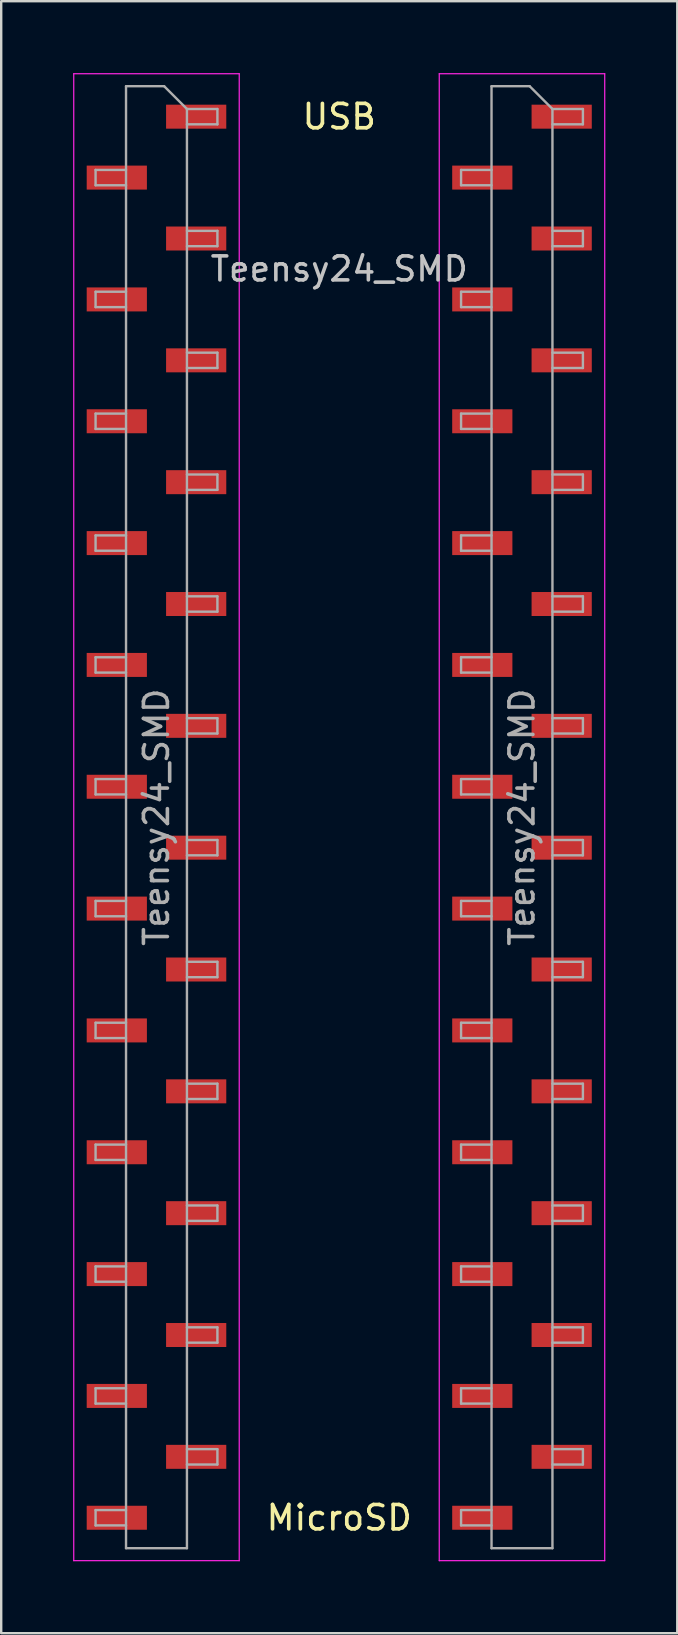
<source format=kicad_pcb>
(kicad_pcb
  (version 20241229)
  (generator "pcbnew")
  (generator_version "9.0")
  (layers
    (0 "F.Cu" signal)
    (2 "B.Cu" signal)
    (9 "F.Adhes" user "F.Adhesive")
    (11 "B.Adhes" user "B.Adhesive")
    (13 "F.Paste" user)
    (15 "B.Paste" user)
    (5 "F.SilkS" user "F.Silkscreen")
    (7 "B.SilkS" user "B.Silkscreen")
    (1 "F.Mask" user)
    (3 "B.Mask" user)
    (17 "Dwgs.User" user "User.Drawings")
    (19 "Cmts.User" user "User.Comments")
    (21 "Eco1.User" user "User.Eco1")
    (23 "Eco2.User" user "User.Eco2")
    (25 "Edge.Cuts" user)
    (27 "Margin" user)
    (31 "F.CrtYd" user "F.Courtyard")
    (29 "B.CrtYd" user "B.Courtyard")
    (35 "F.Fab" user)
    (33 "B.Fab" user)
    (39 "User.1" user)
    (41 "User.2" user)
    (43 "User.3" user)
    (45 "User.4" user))
  (footprint "Teensy24_SMD"
    (layer "F.Cu")
    (at 3.475 1.815)
    (property "Reference" "Teensy24_SMD" (at 7.62 6.35 0) (layer "Dwgs.User") (effects (font (size 1 1) (thickness 0.15))))
    (attr smd)
    (fp_line (start -3.45 -1.79) (end -3.45 60.21) (stroke (width 0.05) (type solid)) (layer "F.CrtYd"))
    (fp_line (start -3.45 60.21) (end 3.45 60.21) (stroke (width 0.05) (type solid)) (layer "F.CrtYd"))
    (fp_line (start 3.45 -1.79) (end -3.45 -1.79) (stroke (width 0.05) (type solid)) (layer "F.CrtYd"))
    (fp_line (start 3.45 60.21) (end 3.45 -1.79) (stroke (width 0.05) (type solid)) (layer "F.CrtYd"))
    (fp_line (start 11.79 -1.79) (end 11.79 60.21) (stroke (width 0.05) (type solid)) (layer "F.CrtYd"))
    (fp_line (start 11.79 60.21) (end 18.69 60.21) (stroke (width 0.05) (type solid)) (layer "F.CrtYd"))
    (fp_line (start 18.69 -1.79) (end 11.79 -1.79) (stroke (width 0.05) (type solid)) (layer "F.CrtYd"))
    (fp_line (start 18.69 60.21) (end 18.69 -1.79) (stroke (width 0.05) (type solid)) (layer "F.CrtYd"))
    (fp_line (start -2.54 2.22) (end -2.54 2.86) (stroke (width 0.1) (type solid)) (layer "F.Fab"))
    (fp_line (start -2.54 2.86) (end -1.27 2.86) (stroke (width 0.1) (type solid)) (layer "F.Fab"))
    (fp_line (start -2.54 7.3) (end -2.54 7.94) (stroke (width 0.1) (type solid)) (layer "F.Fab"))
    (fp_line (start -2.54 7.94) (end -1.27 7.94) (stroke (width 0.1) (type solid)) (layer "F.Fab"))
    (fp_line (start -2.54 12.38) (end -2.54 13.02) (stroke (width 0.1) (type solid)) (layer "F.Fab"))
    (fp_line (start -2.54 13.02) (end -1.27 13.02) (stroke (width 0.1) (type solid)) (layer "F.Fab"))
    (fp_line (start -2.54 17.46) (end -2.54 18.1) (stroke (width 0.1) (type solid)) (layer "F.Fab"))
    (fp_line (start -2.54 18.1) (end -1.27 18.1) (stroke (width 0.1) (type solid)) (layer "F.Fab"))
    (fp_line (start -2.54 22.54) (end -2.54 23.18) (stroke (width 0.1) (type solid)) (layer "F.Fab"))
    (fp_line (start -2.54 23.18) (end -1.27 23.18) (stroke (width 0.1) (type solid)) (layer "F.Fab"))
    (fp_line (start -2.54 27.62) (end -2.54 28.26) (stroke (width 0.1) (type solid)) (layer "F.Fab"))
    (fp_line (start -2.54 28.26) (end -1.27 28.26) (stroke (width 0.1) (type solid)) (layer "F.Fab"))
    (fp_line (start -2.54 32.7) (end -2.54 33.34) (stroke (width 0.1) (type solid)) (layer "F.Fab"))
    (fp_line (start -2.54 33.34) (end -1.27 33.34) (stroke (width 0.1) (type solid)) (layer "F.Fab"))
    (fp_line (start -2.54 37.78) (end -2.54 38.42) (stroke (width 0.1) (type solid)) (layer "F.Fab"))
    (fp_line (start -2.54 38.42) (end -1.27 38.42) (stroke (width 0.1) (type solid)) (layer "F.Fab"))
    (fp_line (start -2.54 42.86) (end -2.54 43.5) (stroke (width 0.1) (type solid)) (layer "F.Fab"))
    (fp_line (start -2.54 43.5) (end -1.27 43.5) (stroke (width 0.1) (type solid)) (layer "F.Fab"))
    (fp_line (start -2.54 47.94) (end -2.54 48.58) (stroke (width 0.1) (type solid)) (layer "F.Fab"))
    (fp_line (start -2.54 48.58) (end -1.27 48.58) (stroke (width 0.1) (type solid)) (layer "F.Fab"))
    (fp_line (start -2.54 53.02) (end -2.54 53.66) (stroke (width 0.1) (type solid)) (layer "F.Fab"))
    (fp_line (start -2.54 53.66) (end -1.27 53.66) (stroke (width 0.1) (type solid)) (layer "F.Fab"))
    (fp_line (start -2.54 58.1) (end -2.54 58.74) (stroke (width 0.1) (type solid)) (layer "F.Fab"))
    (fp_line (start -2.54 58.74) (end -1.27 58.74) (stroke (width 0.1) (type solid)) (layer "F.Fab"))
    (fp_line (start -1.27 -1.27) (end -1.27 59.69) (stroke (width 0.1) (type solid)) (layer "F.Fab"))
    (fp_line (start -1.27 -1.27) (end 0.32 -1.27) (stroke (width 0.1) (type solid)) (layer "F.Fab"))
    (fp_line (start -1.27 2.22) (end -2.54 2.22) (stroke (width 0.1) (type solid)) (layer "F.Fab"))
    (fp_line (start -1.27 7.3) (end -2.54 7.3) (stroke (width 0.1) (type solid)) (layer "F.Fab"))
    (fp_line (start -1.27 12.38) (end -2.54 12.38) (stroke (width 0.1) (type solid)) (layer "F.Fab"))
    (fp_line (start -1.27 17.46) (end -2.54 17.46) (stroke (width 0.1) (type solid)) (layer "F.Fab"))
    (fp_line (start -1.27 22.54) (end -2.54 22.54) (stroke (width 0.1) (type solid)) (layer "F.Fab"))
    (fp_line (start -1.27 27.62) (end -2.54 27.62) (stroke (width 0.1) (type solid)) (layer "F.Fab"))
    (fp_line (start -1.27 32.7) (end -2.54 32.7) (stroke (width 0.1) (type solid)) (layer "F.Fab"))
    (fp_line (start -1.27 37.78) (end -2.54 37.78) (stroke (width 0.1) (type solid)) (layer "F.Fab"))
    (fp_line (start -1.27 42.86) (end -2.54 42.86) (stroke (width 0.1) (type solid)) (layer "F.Fab"))
    (fp_line (start -1.27 47.94) (end -2.54 47.94) (stroke (width 0.1) (type solid)) (layer "F.Fab"))
    (fp_line (start -1.27 53.02) (end -2.54 53.02) (stroke (width 0.1) (type solid)) (layer "F.Fab"))
    (fp_line (start -1.27 58.1) (end -2.54 58.1) (stroke (width 0.1) (type solid)) (layer "F.Fab"))
    (fp_line (start 1.27 -0.32) (end 0.32 -1.27) (stroke (width 0.1) (type solid)) (layer "F.Fab"))
    (fp_line (start 1.27 -0.32) (end 2.54 -0.32) (stroke (width 0.1) (type solid)) (layer "F.Fab"))
    (fp_line (start 1.27 4.76) (end 2.54 4.76) (stroke (width 0.1) (type solid)) (layer "F.Fab"))
    (fp_line (start 1.27 9.84) (end 2.54 9.84) (stroke (width 0.1) (type solid)) (layer "F.Fab"))
    (fp_line (start 1.27 14.92) (end 2.54 14.92) (stroke (width 0.1) (type solid)) (layer "F.Fab"))
    (fp_line (start 1.27 20) (end 2.54 20) (stroke (width 0.1) (type solid)) (layer "F.Fab"))
    (fp_line (start 1.27 25.08) (end 2.54 25.08) (stroke (width 0.1) (type solid)) (layer "F.Fab"))
    (fp_line (start 1.27 30.16) (end 2.54 30.16) (stroke (width 0.1) (type solid)) (layer "F.Fab"))
    (fp_line (start 1.27 35.24) (end 2.54 35.24) (stroke (width 0.1) (type solid)) (layer "F.Fab"))
    (fp_line (start 1.27 40.32) (end 2.54 40.32) (stroke (width 0.1) (type solid)) (layer "F.Fab"))
    (fp_line (start 1.27 45.4) (end 2.54 45.4) (stroke (width 0.1) (type solid)) (layer "F.Fab"))
    (fp_line (start 1.27 50.48) (end 2.54 50.48) (stroke (width 0.1) (type solid)) (layer "F.Fab"))
    (fp_line (start 1.27 55.56) (end 2.54 55.56) (stroke (width 0.1) (type solid)) (layer "F.Fab"))
    (fp_line (start 1.27 59.69) (end -1.27 59.69) (stroke (width 0.1) (type solid)) (layer "F.Fab"))
    (fp_line (start 1.27 59.69) (end 1.27 -0.32) (stroke (width 0.1) (type solid)) (layer "F.Fab"))
    (fp_line (start 2.54 -0.32) (end 2.54 0.32) (stroke (width 0.1) (type solid)) (layer "F.Fab"))
    (fp_line (start 2.54 0.32) (end 1.27 0.32) (stroke (width 0.1) (type solid)) (layer "F.Fab"))
    (fp_line (start 2.54 4.76) (end 2.54 5.4) (stroke (width 0.1) (type solid)) (layer "F.Fab"))
    (fp_line (start 2.54 5.4) (end 1.27 5.4) (stroke (width 0.1) (type solid)) (layer "F.Fab"))
    (fp_line (start 2.54 9.84) (end 2.54 10.48) (stroke (width 0.1) (type solid)) (layer "F.Fab"))
    (fp_line (start 2.54 10.48) (end 1.27 10.48) (stroke (width 0.1) (type solid)) (layer "F.Fab"))
    (fp_line (start 2.54 14.92) (end 2.54 15.56) (stroke (width 0.1) (type solid)) (layer "F.Fab"))
    (fp_line (start 2.54 15.56) (end 1.27 15.56) (stroke (width 0.1) (type solid)) (layer "F.Fab"))
    (fp_line (start 2.54 20) (end 2.54 20.64) (stroke (width 0.1) (type solid)) (layer "F.Fab"))
    (fp_line (start 2.54 20.64) (end 1.27 20.64) (stroke (width 0.1) (type solid)) (layer "F.Fab"))
    (fp_line (start 2.54 25.08) (end 2.54 25.72) (stroke (width 0.1) (type solid)) (layer "F.Fab"))
    (fp_line (start 2.54 25.72) (end 1.27 25.72) (stroke (width 0.1) (type solid)) (layer "F.Fab"))
    (fp_line (start 2.54 30.16) (end 2.54 30.8) (stroke (width 0.1) (type solid)) (layer "F.Fab"))
    (fp_line (start 2.54 30.8) (end 1.27 30.8) (stroke (width 0.1) (type solid)) (layer "F.Fab"))
    (fp_line (start 2.54 35.24) (end 2.54 35.88) (stroke (width 0.1) (type solid)) (layer "F.Fab"))
    (fp_line (start 2.54 35.88) (end 1.27 35.88) (stroke (width 0.1) (type solid)) (layer "F.Fab"))
    (fp_line (start 2.54 40.32) (end 2.54 40.96) (stroke (width 0.1) (type solid)) (layer "F.Fab"))
    (fp_line (start 2.54 40.96) (end 1.27 40.96) (stroke (width 0.1) (type solid)) (layer "F.Fab"))
    (fp_line (start 2.54 45.4) (end 2.54 46.04) (stroke (width 0.1) (type solid)) (layer "F.Fab"))
    (fp_line (start 2.54 46.04) (end 1.27 46.04) (stroke (width 0.1) (type solid)) (layer "F.Fab"))
    (fp_line (start 2.54 50.48) (end 2.54 51.12) (stroke (width 0.1) (type solid)) (layer "F.Fab"))
    (fp_line (start 2.54 51.12) (end 1.27 51.12) (stroke (width 0.1) (type solid)) (layer "F.Fab"))
    (fp_line (start 2.54 55.56) (end 2.54 56.2) (stroke (width 0.1) (type solid)) (layer "F.Fab"))
    (fp_line (start 2.54 56.2) (end 1.27 56.2) (stroke (width 0.1) (type solid)) (layer "F.Fab"))
    (fp_line (start 12.7 2.22) (end 12.7 2.86) (stroke (width 0.1) (type solid)) (layer "F.Fab"))
    (fp_line (start 12.7 2.86) (end 13.97 2.86) (stroke (width 0.1) (type solid)) (layer "F.Fab"))
    (fp_line (start 12.7 7.3) (end 12.7 7.94) (stroke (width 0.1) (type solid)) (layer "F.Fab"))
    (fp_line (start 12.7 7.94) (end 13.97 7.94) (stroke (width 0.1) (type solid)) (layer "F.Fab"))
    (fp_line (start 12.7 12.38) (end 12.7 13.02) (stroke (width 0.1) (type solid)) (layer "F.Fab"))
    (fp_line (start 12.7 13.02) (end 13.97 13.02) (stroke (width 0.1) (type solid)) (layer "F.Fab"))
    (fp_line (start 12.7 17.46) (end 12.7 18.1) (stroke (width 0.1) (type solid)) (layer "F.Fab"))
    (fp_line (start 12.7 18.1) (end 13.97 18.1) (stroke (width 0.1) (type solid)) (layer "F.Fab"))
    (fp_line (start 12.7 22.54) (end 12.7 23.18) (stroke (width 0.1) (type solid)) (layer "F.Fab"))
    (fp_line (start 12.7 23.18) (end 13.97 23.18) (stroke (width 0.1) (type solid)) (layer "F.Fab"))
    (fp_line (start 12.7 27.62) (end 12.7 28.26) (stroke (width 0.1) (type solid)) (layer "F.Fab"))
    (fp_line (start 12.7 28.26) (end 13.97 28.26) (stroke (width 0.1) (type solid)) (layer "F.Fab"))
    (fp_line (start 12.7 32.7) (end 12.7 33.34) (stroke (width 0.1) (type solid)) (layer "F.Fab"))
    (fp_line (start 12.7 33.34) (end 13.97 33.34) (stroke (width 0.1) (type solid)) (layer "F.Fab"))
    (fp_line (start 12.7 37.78) (end 12.7 38.42) (stroke (width 0.1) (type solid)) (layer "F.Fab"))
    (fp_line (start 12.7 38.42) (end 13.97 38.42) (stroke (width 0.1) (type solid)) (layer "F.Fab"))
    (fp_line (start 12.7 42.86) (end 12.7 43.5) (stroke (width 0.1) (type solid)) (layer "F.Fab"))
    (fp_line (start 12.7 43.5) (end 13.97 43.5) (stroke (width 0.1) (type solid)) (layer "F.Fab"))
    (fp_line (start 12.7 47.94) (end 12.7 48.58) (stroke (width 0.1) (type solid)) (layer "F.Fab"))
    (fp_line (start 12.7 48.58) (end 13.97 48.58) (stroke (width 0.1) (type solid)) (layer "F.Fab"))
    (fp_line (start 12.7 53.02) (end 12.7 53.66) (stroke (width 0.1) (type solid)) (layer "F.Fab"))
    (fp_line (start 12.7 53.66) (end 13.97 53.66) (stroke (width 0.1) (type solid)) (layer "F.Fab"))
    (fp_line (start 12.7 58.1) (end 12.7 58.74) (stroke (width 0.1) (type solid)) (layer "F.Fab"))
    (fp_line (start 12.7 58.74) (end 13.97 58.74) (stroke (width 0.1) (type solid)) (layer "F.Fab"))
    (fp_line (start 13.97 -1.27) (end 13.97 59.69) (stroke (width 0.1) (type solid)) (layer "F.Fab"))
    (fp_line (start 13.97 -1.27) (end 15.56 -1.27) (stroke (width 0.1) (type solid)) (layer "F.Fab"))
    (fp_line (start 13.97 2.22) (end 12.7 2.22) (stroke (width 0.1) (type solid)) (layer "F.Fab"))
    (fp_line (start 13.97 7.3) (end 12.7 7.3) (stroke (width 0.1) (type solid)) (layer "F.Fab"))
    (fp_line (start 13.97 12.38) (end 12.7 12.38) (stroke (width 0.1) (type solid)) (layer "F.Fab"))
    (fp_line (start 13.97 17.46) (end 12.7 17.46) (stroke (width 0.1) (type solid)) (layer "F.Fab"))
    (fp_line (start 13.97 22.54) (end 12.7 22.54) (stroke (width 0.1) (type solid)) (layer "F.Fab"))
    (fp_line (start 13.97 27.62) (end 12.7 27.62) (stroke (width 0.1) (type solid)) (layer "F.Fab"))
    (fp_line (start 13.97 32.7) (end 12.7 32.7) (stroke (width 0.1) (type solid)) (layer "F.Fab"))
    (fp_line (start 13.97 37.78) (end 12.7 37.78) (stroke (width 0.1) (type solid)) (layer "F.Fab"))
    (fp_line (start 13.97 42.86) (end 12.7 42.86) (stroke (width 0.1) (type solid)) (layer "F.Fab"))
    (fp_line (start 13.97 47.94) (end 12.7 47.94) (stroke (width 0.1) (type solid)) (layer "F.Fab"))
    (fp_line (start 13.97 53.02) (end 12.7 53.02) (stroke (width 0.1) (type solid)) (layer "F.Fab"))
    (fp_line (start 13.97 58.1) (end 12.7 58.1) (stroke (width 0.1) (type solid)) (layer "F.Fab"))
    (fp_line (start 16.51 -0.32) (end 15.56 -1.27) (stroke (width 0.1) (type solid)) (layer "F.Fab"))
    (fp_line (start 16.51 -0.32) (end 17.78 -0.32) (stroke (width 0.1) (type solid)) (layer "F.Fab"))
    (fp_line (start 16.51 4.76) (end 17.78 4.76) (stroke (width 0.1) (type solid)) (layer "F.Fab"))
    (fp_line (start 16.51 9.84) (end 17.78 9.84) (stroke (width 0.1) (type solid)) (layer "F.Fab"))
    (fp_line (start 16.51 14.92) (end 17.78 14.92) (stroke (width 0.1) (type solid)) (layer "F.Fab"))
    (fp_line (start 16.51 20) (end 17.78 20) (stroke (width 0.1) (type solid)) (layer "F.Fab"))
    (fp_line (start 16.51 25.08) (end 17.78 25.08) (stroke (width 0.1) (type solid)) (layer "F.Fab"))
    (fp_line (start 16.51 30.16) (end 17.78 30.16) (stroke (width 0.1) (type solid)) (layer "F.Fab"))
    (fp_line (start 16.51 35.24) (end 17.78 35.24) (stroke (width 0.1) (type solid)) (layer "F.Fab"))
    (fp_line (start 16.51 40.32) (end 17.78 40.32) (stroke (width 0.1) (type solid)) (layer "F.Fab"))
    (fp_line (start 16.51 45.4) (end 17.78 45.4) (stroke (width 0.1) (type solid)) (layer "F.Fab"))
    (fp_line (start 16.51 50.48) (end 17.78 50.48) (stroke (width 0.1) (type solid)) (layer "F.Fab"))
    (fp_line (start 16.51 55.56) (end 17.78 55.56) (stroke (width 0.1) (type solid)) (layer "F.Fab"))
    (fp_line (start 16.51 59.69) (end 13.97 59.69) (stroke (width 0.1) (type solid)) (layer "F.Fab"))
    (fp_line (start 16.51 59.69) (end 16.51 -0.32) (stroke (width 0.1) (type solid)) (layer "F.Fab"))
    (fp_line (start 17.78 -0.32) (end 17.78 0.32) (stroke (width 0.1) (type solid)) (layer "F.Fab"))
    (fp_line (start 17.78 0.32) (end 16.51 0.32) (stroke (width 0.1) (type solid)) (layer "F.Fab"))
    (fp_line (start 17.78 4.76) (end 17.78 5.4) (stroke (width 0.1) (type solid)) (layer "F.Fab"))
    (fp_line (start 17.78 5.4) (end 16.51 5.4) (stroke (width 0.1) (type solid)) (layer "F.Fab"))
    (fp_line (start 17.78 9.84) (end 17.78 10.48) (stroke (width 0.1) (type solid)) (layer "F.Fab"))
    (fp_line (start 17.78 10.48) (end 16.51 10.48) (stroke (width 0.1) (type solid)) (layer "F.Fab"))
    (fp_line (start 17.78 14.92) (end 17.78 15.56) (stroke (width 0.1) (type solid)) (layer "F.Fab"))
    (fp_line (start 17.78 15.56) (end 16.51 15.56) (stroke (width 0.1) (type solid)) (layer "F.Fab"))
    (fp_line (start 17.78 20) (end 17.78 20.64) (stroke (width 0.1) (type solid)) (layer "F.Fab"))
    (fp_line (start 17.78 20.64) (end 16.51 20.64) (stroke (width 0.1) (type solid)) (layer "F.Fab"))
    (fp_line (start 17.78 25.08) (end 17.78 25.72) (stroke (width 0.1) (type solid)) (layer "F.Fab"))
    (fp_line (start 17.78 25.72) (end 16.51 25.72) (stroke (width 0.1) (type solid)) (layer "F.Fab"))
    (fp_line (start 17.78 30.16) (end 17.78 30.8) (stroke (width 0.1) (type solid)) (layer "F.Fab"))
    (fp_line (start 17.78 30.8) (end 16.51 30.8) (stroke (width 0.1) (type solid)) (layer "F.Fab"))
    (fp_line (start 17.78 35.24) (end 17.78 35.88) (stroke (width 0.1) (type solid)) (layer "F.Fab"))
    (fp_line (start 17.78 35.88) (end 16.51 35.88) (stroke (width 0.1) (type solid)) (layer "F.Fab"))
    (fp_line (start 17.78 40.32) (end 17.78 40.96) (stroke (width 0.1) (type solid)) (layer "F.Fab"))
    (fp_line (start 17.78 40.96) (end 16.51 40.96) (stroke (width 0.1) (type solid)) (layer "F.Fab"))
    (fp_line (start 17.78 45.4) (end 17.78 46.04) (stroke (width 0.1) (type solid)) (layer "F.Fab"))
    (fp_line (start 17.78 46.04) (end 16.51 46.04) (stroke (width 0.1) (type solid)) (layer "F.Fab"))
    (fp_line (start 17.78 50.48) (end 17.78 51.12) (stroke (width 0.1) (type solid)) (layer "F.Fab"))
    (fp_line (start 17.78 51.12) (end 16.51 51.12) (stroke (width 0.1) (type solid)) (layer "F.Fab"))
    (fp_line (start 17.78 55.56) (end 17.78 56.2) (stroke (width 0.1) (type solid)) (layer "F.Fab"))
    (fp_line (start 17.78 56.2) (end 16.51 56.2) (stroke (width 0.1) (type solid)) (layer "F.Fab"))
    (fp_text user "MicroSD" (at 7.62 58.42 0) (layer "F.SilkS") (effects (font (size 1.016 1.016) (thickness 0.152))))
    (fp_text user "USB" (at 7.62 0 0) (layer "F.SilkS") (effects (font (size 1.016 1.016) (thickness 0.152))))
    (fp_text user "${REFERENCE}" (at 0 29.21 90) (layer "F.Fab") (effects (font (size 1 1) (thickness 0.15))))
    (fp_text user "${REFERENCE}" (at 15.24 29.21 90) (layer "F.Fab") (effects (font (size 1 1) (thickness 0.15))))
    (pad "1" smd rect (at 1.655 0) (size 2.51 1) (layers "F.Cu" "F.Mask" "F.Paste"))
    (pad "2" smd rect (at -1.655 2.54) (size 2.51 1) (layers "F.Cu" "F.Mask" "F.Paste"))
    (pad "3" smd rect (at 1.655 5.08) (size 2.51 1) (layers "F.Cu" "F.Mask" "F.Paste"))
    (pad "4" smd rect (at -1.655 7.62) (size 2.51 1) (layers "F.Cu" "F.Mask" "F.Paste"))
    (pad "5" smd rect (at 1.655 10.16) (size 2.51 1) (layers "F.Cu" "F.Mask" "F.Paste"))
    (pad "6" smd rect (at -1.655 12.7) (size 2.51 1) (layers "F.Cu" "F.Mask" "F.Paste"))
    (pad "7" smd rect (at 1.655 15.24) (size 2.51 1) (layers "F.Cu" "F.Mask" "F.Paste"))
    (pad "8" smd rect (at -1.655 17.78) (size 2.51 1) (layers "F.Cu" "F.Mask" "F.Paste"))
    (pad "9" smd rect (at 1.655 20.32) (size 2.51 1) (layers "F.Cu" "F.Mask" "F.Paste"))
    (pad "10" smd rect (at -1.655 22.86) (size 2.51 1) (layers "F.Cu" "F.Mask" "F.Paste"))
    (pad "11" smd rect (at 1.655 25.4) (size 2.51 1) (layers "F.Cu" "F.Mask" "F.Paste"))
    (pad "12" smd rect (at -1.655 27.94) (size 2.51 1) (layers "F.Cu" "F.Mask" "F.Paste"))
    (pad "13" smd rect (at 1.655 30.48) (size 2.51 1) (layers "F.Cu" "F.Mask" "F.Paste"))
    (pad "14" smd rect (at -1.655 33.02) (size 2.51 1) (layers "F.Cu" "F.Mask" "F.Paste"))
    (pad "15" smd rect (at 1.655 35.56) (size 2.51 1) (layers "F.Cu" "F.Mask" "F.Paste"))
    (pad "16" smd rect (at -1.655 38.1) (size 2.51 1) (layers "F.Cu" "F.Mask" "F.Paste"))
    (pad "17" smd rect (at 1.655 40.64) (size 2.51 1) (layers "F.Cu" "F.Mask" "F.Paste"))
    (pad "18" smd rect (at -1.655 43.18) (size 2.51 1) (layers "F.Cu" "F.Mask" "F.Paste"))
    (pad "19" smd rect (at 1.655 45.72) (size 2.51 1) (layers "F.Cu" "F.Mask" "F.Paste"))
    (pad "20" smd rect (at -1.655 48.26) (size 2.51 1) (layers "F.Cu" "F.Mask" "F.Paste"))
    (pad "21" smd rect (at 1.655 50.8) (size 2.51 1) (layers "F.Cu" "F.Mask" "F.Paste"))
    (pad "22" smd rect (at -1.655 53.34) (size 2.51 1) (layers "F.Cu" "F.Mask" "F.Paste"))
    (pad "23" smd rect (at 1.655 55.88) (size 2.51 1) (layers "F.Cu" "F.Mask" "F.Paste"))
    (pad "24" smd rect (at -1.655 58.42) (size 2.51 1) (layers "F.Cu" "F.Mask" "F.Paste"))
    (pad "25" smd rect (at 13.585 58.42) (size 2.51 1) (layers "F.Cu" "F.Mask" "F.Paste"))
    (pad "26" smd rect (at 16.895 55.88) (size 2.51 1) (layers "F.Cu" "F.Mask" "F.Paste"))
    (pad "27" smd rect (at 13.585 53.34) (size 2.51 1) (layers "F.Cu" "F.Mask" "F.Paste"))
    (pad "28" smd rect (at 16.895 50.8) (size 2.51 1) (layers "F.Cu" "F.Mask" "F.Paste"))
    (pad "29" smd rect (at 13.585 48.26) (size 2.51 1) (layers "F.Cu" "F.Mask" "F.Paste"))
    (pad "30" smd rect (at 16.895 45.72) (size 2.51 1) (layers "F.Cu" "F.Mask" "F.Paste"))
    (pad "31" smd rect (at 13.585 43.18) (size 2.51 1) (layers "F.Cu" "F.Mask" "F.Paste"))
    (pad "32" smd rect (at 16.895 40.64) (size 2.51 1) (layers "F.Cu" "F.Mask" "F.Paste"))
    (pad "33" smd rect (at 13.585 38.1) (size 2.51 1) (layers "F.Cu" "F.Mask" "F.Paste"))
    (pad "34" smd rect (at 16.895 35.56) (size 2.51 1) (layers "F.Cu" "F.Mask" "F.Paste"))
    (pad "35" smd rect (at 13.585 33.02) (size 2.51 1) (layers "F.Cu" "F.Mask" "F.Paste"))
    (pad "36" smd rect (at 16.895 30.48) (size 2.51 1) (layers "F.Cu" "F.Mask" "F.Paste"))
    (pad "37" smd rect (at 13.585 27.94) (size 2.51 1) (layers "F.Cu" "F.Mask" "F.Paste"))
    (pad "38" smd rect (at 16.895 25.4) (size 2.51 1) (layers "F.Cu" "F.Mask" "F.Paste"))
    (pad "39" smd rect (at 13.585 22.86) (size 2.51 1) (layers "F.Cu" "F.Mask" "F.Paste"))
    (pad "40" smd rect (at 16.895 20.32) (size 2.51 1) (layers "F.Cu" "F.Mask" "F.Paste"))
    (pad "41" smd rect (at 13.585 17.78) (size 2.51 1) (layers "F.Cu" "F.Mask" "F.Paste"))
    (pad "42" smd rect (at 16.895 15.24) (size 2.51 1) (layers "F.Cu" "F.Mask" "F.Paste"))
    (pad "43" smd rect (at 13.585 12.7) (size 2.51 1) (layers "F.Cu" "F.Mask" "F.Paste"))
    (pad "44" smd rect (at 16.895 10.16) (size 2.51 1) (layers "F.Cu" "F.Mask" "F.Paste"))
    (pad "45" smd rect (at 13.585 7.62) (size 2.51 1) (layers "F.Cu" "F.Mask" "F.Paste"))
    (pad "46" smd rect (at 16.895 5.08) (size 2.51 1) (layers "F.Cu" "F.Mask" "F.Paste"))
    (pad "47" smd rect (at 13.585 2.54) (size 2.51 1) (layers "F.Cu" "F.Mask" "F.Paste"))
    (pad "48" smd rect (at 16.895 0) (size 2.51 1) (layers "F.Cu" "F.Mask" "F.Paste")))
  (gr_rect
    (start -3 -3)
    (end 25.19 65.05)
    (stroke (width 0.1) (type default))
    (fill no)
    (layer "Edge.Cuts")))
</source>
